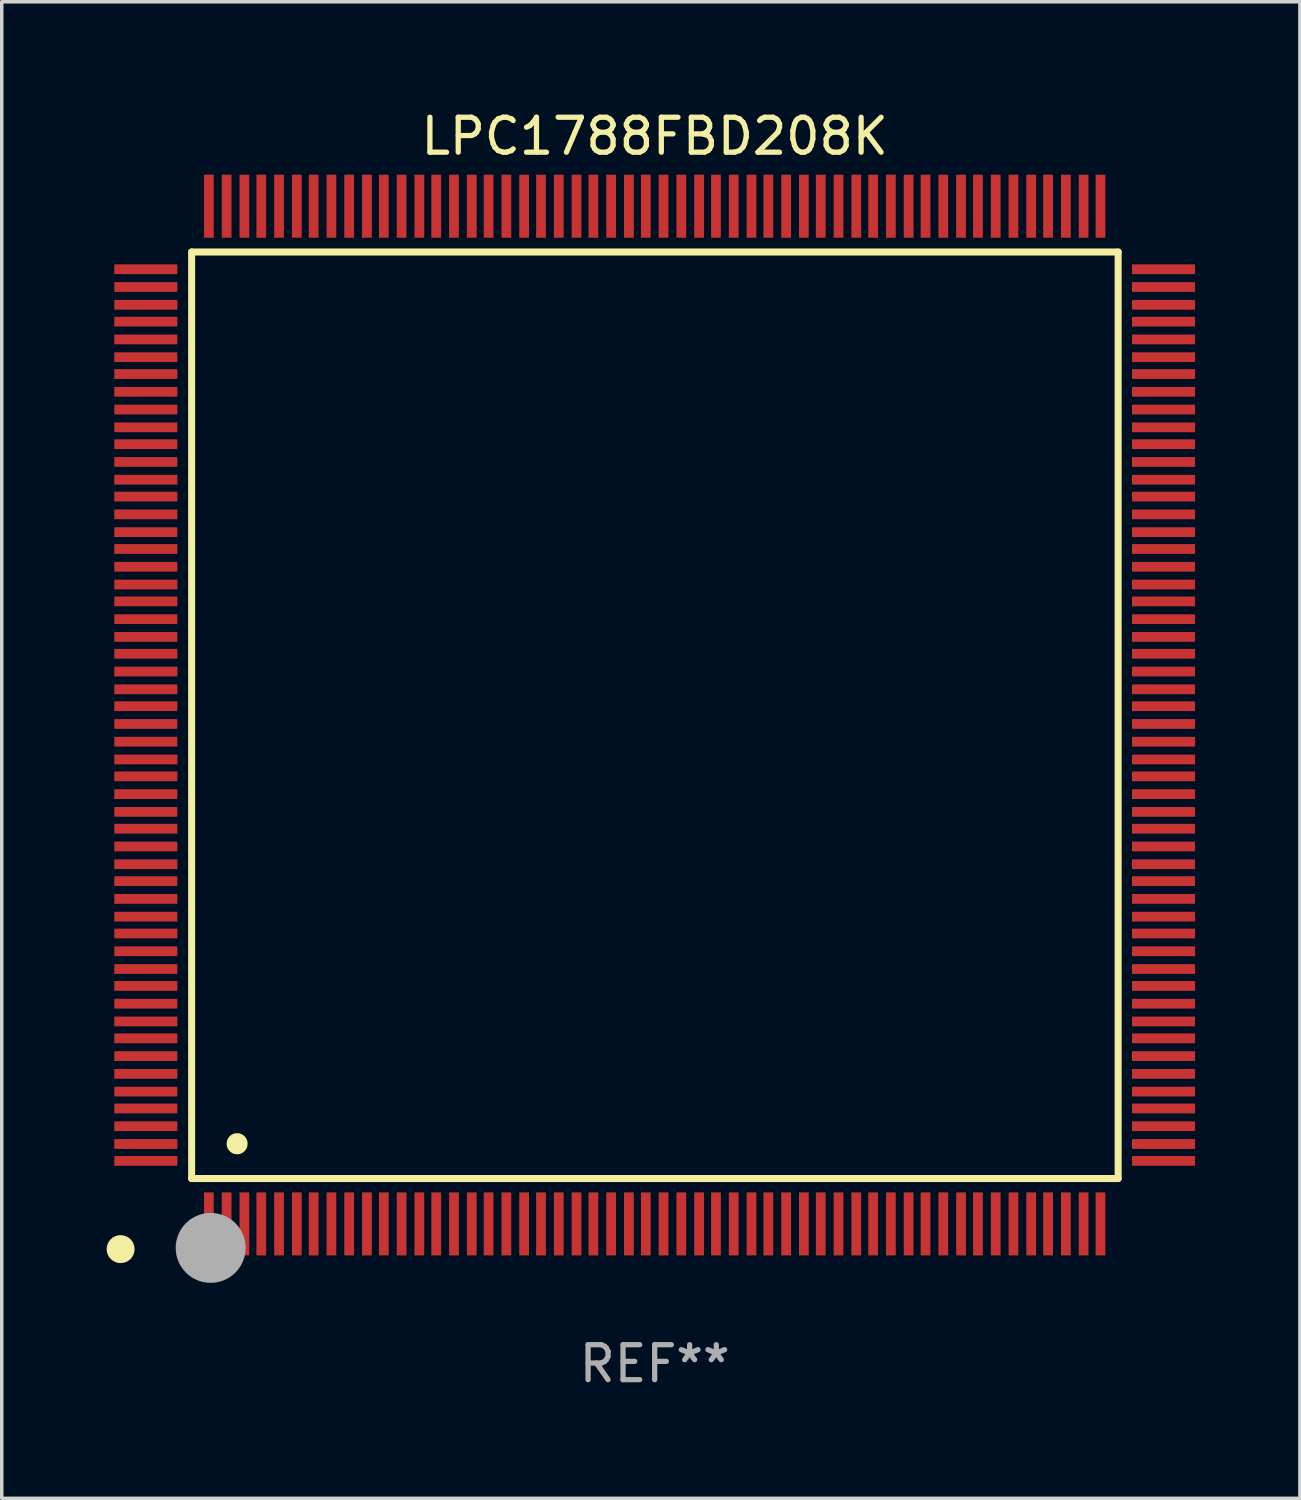
<source format=kicad_pcb>
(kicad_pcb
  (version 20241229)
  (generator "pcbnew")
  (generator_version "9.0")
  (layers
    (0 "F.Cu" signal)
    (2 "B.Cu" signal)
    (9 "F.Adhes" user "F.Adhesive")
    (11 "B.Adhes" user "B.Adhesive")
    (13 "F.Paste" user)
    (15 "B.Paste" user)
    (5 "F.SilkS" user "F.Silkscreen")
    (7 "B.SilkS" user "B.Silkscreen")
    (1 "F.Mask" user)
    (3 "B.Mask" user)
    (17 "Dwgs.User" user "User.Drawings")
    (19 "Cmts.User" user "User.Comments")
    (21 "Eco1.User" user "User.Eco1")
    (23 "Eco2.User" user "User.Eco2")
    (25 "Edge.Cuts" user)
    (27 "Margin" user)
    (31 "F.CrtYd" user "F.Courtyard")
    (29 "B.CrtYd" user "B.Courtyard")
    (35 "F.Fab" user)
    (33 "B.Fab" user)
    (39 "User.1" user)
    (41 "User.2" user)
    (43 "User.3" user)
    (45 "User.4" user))
  (footprint "LPC1788FBD208K"
    (layer "F.Cu")
    (at 15.675 17.402)
    (property "Reference" "LPC1788FBD208K" (at 0 -16.554 0) (layer "F.SilkS") (effects (font (size 1 1) (thickness 0.15))))
    (attr through_hole)
    (fp_line (start -13.244 -13.244) (end -13.244 13.256) (stroke (width 0.201) (type solid)) (layer "F.SilkS"))
    (fp_line (start -13.244 13.256) (end 13.256 13.256) (stroke (width 0.201) (type solid)) (layer "F.SilkS"))
    (fp_line (start 13.256 -13.244) (end -13.244 -13.244) (stroke (width 0.201) (type solid)) (layer "F.SilkS"))
    (fp_line (start 13.256 13.256) (end 13.256 -13.244) (stroke (width 0.201) (type solid)) (layer "F.SilkS"))
    (fp_arc (start -13.268987 14.90983) (mid -13.268992 14.90856) (end -13.268987 14.90729) (stroke (width 0.299721) (type solid)) (layer "F.SilkS"))
    (fp_arc (start -11.943104 12.263145) (mid -11.943115 12.260605) (end -11.943104 12.258065) (stroke (width 0.599441) (type solid)) (layer "F.SilkS"))
    (fp_circle (center -15.275 15.275) (end -15.075 15.275) (stroke (width 0.4) (type solid)) (fill no) (layer "F.SilkS"))
    (fp_circle (center -12.7 15.24) (end -12.2 15.24) (stroke (width 1) (type solid)) (fill no) (layer "F.Fab"))
    (fp_text user "REF**" (at 0 18.554 0) (layer "F.Fab") (effects (font (size 1 1) (thickness 0.15))))
    (pad "1" smd rect (at -12.751 14.554 180) (size 0.279 1.803) (layers "F.Cu" "F.Mask" "F.Paste"))
    (pad "2" smd rect (at -12.243 14.554 180) (size 0.279 1.803) (layers "F.Cu" "F.Mask" "F.Paste"))
    (pad "3" smd rect (at -11.735 14.554 180) (size 0.279 1.803) (layers "F.Cu" "F.Mask" "F.Paste"))
    (pad "4" smd rect (at -11.252 14.554 180) (size 0.279 1.803) (layers "F.Cu" "F.Mask" "F.Paste"))
    (pad "5" smd rect (at -10.744 14.554 180) (size 0.279 1.803) (layers "F.Cu" "F.Mask" "F.Paste"))
    (pad "6" smd rect (at -10.236 14.554 180) (size 0.279 1.803) (layers "F.Cu" "F.Mask" "F.Paste"))
    (pad "7" smd rect (at -9.754 14.554 180) (size 0.279 1.803) (layers "F.Cu" "F.Mask" "F.Paste"))
    (pad "8" smd rect (at -9.246 14.554 180) (size 0.279 1.803) (layers "F.Cu" "F.Mask" "F.Paste"))
    (pad "9" smd rect (at -8.738 14.554 180) (size 0.279 1.803) (layers "F.Cu" "F.Mask" "F.Paste"))
    (pad "10" smd rect (at -8.23 14.554 180) (size 0.279 1.803) (layers "F.Cu" "F.Mask" "F.Paste"))
    (pad "11" smd rect (at -7.747 14.554 180) (size 0.279 1.803) (layers "F.Cu" "F.Mask" "F.Paste"))
    (pad "12" smd rect (at -7.239 14.554 180) (size 0.279 1.803) (layers "F.Cu" "F.Mask" "F.Paste"))
    (pad "13" smd rect (at -6.731 14.554 180) (size 0.279 1.803) (layers "F.Cu" "F.Mask" "F.Paste"))
    (pad "14" smd rect (at -6.248 14.554 180) (size 0.279 1.803) (layers "F.Cu" "F.Mask" "F.Paste"))
    (pad "15" smd rect (at -5.74 14.554 180) (size 0.279 1.803) (layers "F.Cu" "F.Mask" "F.Paste"))
    (pad "16" smd rect (at -5.232 14.554 180) (size 0.279 1.803) (layers "F.Cu" "F.Mask" "F.Paste"))
    (pad "17" smd rect (at -4.75 14.554 180) (size 0.279 1.803) (layers "F.Cu" "F.Mask" "F.Paste"))
    (pad "18" smd rect (at -4.242 14.554 180) (size 0.279 1.803) (layers "F.Cu" "F.Mask" "F.Paste"))
    (pad "19" smd rect (at -3.734 14.554 180) (size 0.279 1.803) (layers "F.Cu" "F.Mask" "F.Paste"))
    (pad "20" smd rect (at -3.251 14.554 180) (size 0.279 1.803) (layers "F.Cu" "F.Mask" "F.Paste"))
    (pad "21" smd rect (at -2.743 14.554 180) (size 0.279 1.803) (layers "F.Cu" "F.Mask" "F.Paste"))
    (pad "22" smd rect (at -2.235 14.554 180) (size 0.279 1.803) (layers "F.Cu" "F.Mask" "F.Paste"))
    (pad "23" smd rect (at -1.753 14.554 180) (size 0.279 1.803) (layers "F.Cu" "F.Mask" "F.Paste"))
    (pad "24" smd rect (at -1.245 14.554 180) (size 0.279 1.803) (layers "F.Cu" "F.Mask" "F.Paste"))
    (pad "25" smd rect (at -0.737 14.554 180) (size 0.279 1.803) (layers "F.Cu" "F.Mask" "F.Paste"))
    (pad "26" smd rect (at -0.254 14.554 180) (size 0.279 1.803) (layers "F.Cu" "F.Mask" "F.Paste"))
    (pad "27" smd rect (at 0.254 14.554 180) (size 0.279 1.803) (layers "F.Cu" "F.Mask" "F.Paste"))
    (pad "28" smd rect (at 0.762 14.554 180) (size 0.279 1.803) (layers "F.Cu" "F.Mask" "F.Paste"))
    (pad "29" smd rect (at 1.27 14.554 180) (size 0.279 1.803) (layers "F.Cu" "F.Mask" "F.Paste"))
    (pad "30" smd rect (at 1.753 14.554 180) (size 0.279 1.803) (layers "F.Cu" "F.Mask" "F.Paste"))
    (pad "31" smd rect (at 2.261 14.554 180) (size 0.279 1.803) (layers "F.Cu" "F.Mask" "F.Paste"))
    (pad "32" smd rect (at 2.769 14.554 180) (size 0.279 1.803) (layers "F.Cu" "F.Mask" "F.Paste"))
    (pad "33" smd rect (at 3.251 14.554 180) (size 0.279 1.803) (layers "F.Cu" "F.Mask" "F.Paste"))
    (pad "34" smd rect (at 3.759 14.554 180) (size 0.279 1.803) (layers "F.Cu" "F.Mask" "F.Paste"))
    (pad "35" smd rect (at 4.267 14.554 180) (size 0.279 1.803) (layers "F.Cu" "F.Mask" "F.Paste"))
    (pad "36" smd rect (at 4.75 14.554 180) (size 0.279 1.803) (layers "F.Cu" "F.Mask" "F.Paste"))
    (pad "37" smd rect (at 5.258 14.554 180) (size 0.279 1.803) (layers "F.Cu" "F.Mask" "F.Paste"))
    (pad "38" smd rect (at 5.766 14.554 180) (size 0.279 1.803) (layers "F.Cu" "F.Mask" "F.Paste"))
    (pad "39" smd rect (at 6.248 14.554 180) (size 0.279 1.803) (layers "F.Cu" "F.Mask" "F.Paste"))
    (pad "40" smd rect (at 6.756 14.554 180) (size 0.279 1.803) (layers "F.Cu" "F.Mask" "F.Paste"))
    (pad "41" smd rect (at 7.264 14.554 180) (size 0.279 1.803) (layers "F.Cu" "F.Mask" "F.Paste"))
    (pad "42" smd rect (at 7.747 14.554 180) (size 0.279 1.803) (layers "F.Cu" "F.Mask" "F.Paste"))
    (pad "43" smd rect (at 8.255 14.554 180) (size 0.279 1.803) (layers "F.Cu" "F.Mask" "F.Paste"))
    (pad "44" smd rect (at 8.763 14.554 180) (size 0.279 1.803) (layers "F.Cu" "F.Mask" "F.Paste"))
    (pad "45" smd rect (at 9.246 14.554 180) (size 0.279 1.803) (layers "F.Cu" "F.Mask" "F.Paste"))
    (pad "46" smd rect (at 9.754 14.554 180) (size 0.279 1.803) (layers "F.Cu" "F.Mask" "F.Paste"))
    (pad "47" smd rect (at 10.262 14.554 180) (size 0.279 1.803) (layers "F.Cu" "F.Mask" "F.Paste"))
    (pad "48" smd rect (at 10.77 14.554 180) (size 0.279 1.803) (layers "F.Cu" "F.Mask" "F.Paste"))
    (pad "49" smd rect (at 11.252 14.554 180) (size 0.279 1.803) (layers "F.Cu" "F.Mask" "F.Paste"))
    (pad "50" smd rect (at 11.76 14.554 180) (size 0.279 1.803) (layers "F.Cu" "F.Mask" "F.Paste"))
    (pad "51" smd rect (at 12.268 14.554 180) (size 0.279 1.803) (layers "F.Cu" "F.Mask" "F.Paste"))
    (pad "52" smd rect (at 12.751 14.554 180) (size 0.279 1.803) (layers "F.Cu" "F.Mask" "F.Paste"))
    (pad "53" smd rect (at 14.554 12.751 90) (size 0.279 1.803) (layers "F.Cu" "F.Mask" "F.Paste"))
    (pad "54" smd rect (at 14.554 12.268 90) (size 0.279 1.803) (layers "F.Cu" "F.Mask" "F.Paste"))
    (pad "55" smd rect (at 14.554 11.76 90) (size 0.279 1.803) (layers "F.Cu" "F.Mask" "F.Paste"))
    (pad "56" smd rect (at 14.554 11.252 90) (size 0.279 1.803) (layers "F.Cu" "F.Mask" "F.Paste"))
    (pad "57" smd rect (at 14.554 10.77 90) (size 0.279 1.803) (layers "F.Cu" "F.Mask" "F.Paste"))
    (pad "58" smd rect (at 14.554 10.262 90) (size 0.279 1.803) (layers "F.Cu" "F.Mask" "F.Paste"))
    (pad "59" smd rect (at 14.554 9.754 90) (size 0.279 1.803) (layers "F.Cu" "F.Mask" "F.Paste"))
    (pad "60" smd rect (at 14.554 9.246 90) (size 0.279 1.803) (layers "F.Cu" "F.Mask" "F.Paste"))
    (pad "61" smd rect (at 14.554 8.763 90) (size 0.279 1.803) (layers "F.Cu" "F.Mask" "F.Paste"))
    (pad "62" smd rect (at 14.554 8.255 90) (size 0.279 1.803) (layers "F.Cu" "F.Mask" "F.Paste"))
    (pad "63" smd rect (at 14.554 7.747 90) (size 0.279 1.803) (layers "F.Cu" "F.Mask" "F.Paste"))
    (pad "64" smd rect (at 14.554 7.264 90) (size 0.279 1.803) (layers "F.Cu" "F.Mask" "F.Paste"))
    (pad "65" smd rect (at 14.554 6.756 90) (size 0.279 1.803) (layers "F.Cu" "F.Mask" "F.Paste"))
    (pad "66" smd rect (at 14.554 6.248 90) (size 0.279 1.803) (layers "F.Cu" "F.Mask" "F.Paste"))
    (pad "67" smd rect (at 14.554 5.766 90) (size 0.279 1.803) (layers "F.Cu" "F.Mask" "F.Paste"))
    (pad "68" smd rect (at 14.554 5.258 90) (size 0.279 1.803) (layers "F.Cu" "F.Mask" "F.Paste"))
    (pad "69" smd rect (at 14.554 4.75 90) (size 0.279 1.803) (layers "F.Cu" "F.Mask" "F.Paste"))
    (pad "70" smd rect (at 14.554 4.267 90) (size 0.279 1.803) (layers "F.Cu" "F.Mask" "F.Paste"))
    (pad "71" smd rect (at 14.554 3.759 90) (size 0.279 1.803) (layers "F.Cu" "F.Mask" "F.Paste"))
    (pad "72" smd rect (at 14.554 3.251 90) (size 0.279 1.803) (layers "F.Cu" "F.Mask" "F.Paste"))
    (pad "73" smd rect (at 14.554 2.769 90) (size 0.279 1.803) (layers "F.Cu" "F.Mask" "F.Paste"))
    (pad "74" smd rect (at 14.554 2.261 90) (size 0.279 1.803) (layers "F.Cu" "F.Mask" "F.Paste"))
    (pad "75" smd rect (at 14.554 1.753 90) (size 0.279 1.803) (layers "F.Cu" "F.Mask" "F.Paste"))
    (pad "76" smd rect (at 14.554 1.27 90) (size 0.279 1.803) (layers "F.Cu" "F.Mask" "F.Paste"))
    (pad "77" smd rect (at 14.554 0.762 90) (size 0.279 1.803) (layers "F.Cu" "F.Mask" "F.Paste"))
    (pad "78" smd rect (at 14.554 0.254 90) (size 0.279 1.803) (layers "F.Cu" "F.Mask" "F.Paste"))
    (pad "79" smd rect (at 14.554 -0.254 90) (size 0.279 1.803) (layers "F.Cu" "F.Mask" "F.Paste"))
    (pad "80" smd rect (at 14.554 -0.737 90) (size 0.279 1.803) (layers "F.Cu" "F.Mask" "F.Paste"))
    (pad "81" smd rect (at 14.554 -1.245 90) (size 0.279 1.803) (layers "F.Cu" "F.Mask" "F.Paste"))
    (pad "82" smd rect (at 14.554 -1.753 90) (size 0.279 1.803) (layers "F.Cu" "F.Mask" "F.Paste"))
    (pad "83" smd rect (at 14.554 -2.235 90) (size 0.279 1.803) (layers "F.Cu" "F.Mask" "F.Paste"))
    (pad "84" smd rect (at 14.554 -2.743 90) (size 0.279 1.803) (layers "F.Cu" "F.Mask" "F.Paste"))
    (pad "85" smd rect (at 14.554 -3.251 90) (size 0.279 1.803) (layers "F.Cu" "F.Mask" "F.Paste"))
    (pad "86" smd rect (at 14.554 -3.734 90) (size 0.279 1.803) (layers "F.Cu" "F.Mask" "F.Paste"))
    (pad "87" smd rect (at 14.554 -4.242 90) (size 0.279 1.803) (layers "F.Cu" "F.Mask" "F.Paste"))
    (pad "88" smd rect (at 14.554 -4.75 90) (size 0.279 1.803) (layers "F.Cu" "F.Mask" "F.Paste"))
    (pad "89" smd rect (at 14.554 -5.232 90) (size 0.279 1.803) (layers "F.Cu" "F.Mask" "F.Paste"))
    (pad "90" smd rect (at 14.554 -5.74 90) (size 0.279 1.803) (layers "F.Cu" "F.Mask" "F.Paste"))
    (pad "91" smd rect (at 14.554 -6.248 90) (size 0.279 1.803) (layers "F.Cu" "F.Mask" "F.Paste"))
    (pad "92" smd rect (at 14.554 -6.731 90) (size 0.279 1.803) (layers "F.Cu" "F.Mask" "F.Paste"))
    (pad "93" smd rect (at 14.554 -7.239 90) (size 0.279 1.803) (layers "F.Cu" "F.Mask" "F.Paste"))
    (pad "94" smd rect (at 14.554 -7.747 90) (size 0.279 1.803) (layers "F.Cu" "F.Mask" "F.Paste"))
    (pad "95" smd rect (at 14.554 -8.23 90) (size 0.279 1.803) (layers "F.Cu" "F.Mask" "F.Paste"))
    (pad "96" smd rect (at 14.554 -8.738 90) (size 0.279 1.803) (layers "F.Cu" "F.Mask" "F.Paste"))
    (pad "97" smd rect (at 14.554 -9.246 90) (size 0.279 1.803) (layers "F.Cu" "F.Mask" "F.Paste"))
    (pad "98" smd rect (at 14.554 -9.754 90) (size 0.279 1.803) (layers "F.Cu" "F.Mask" "F.Paste"))
    (pad "99" smd rect (at 14.554 -10.236 90) (size 0.279 1.803) (layers "F.Cu" "F.Mask" "F.Paste"))
    (pad "100" smd rect (at 14.554 -10.744 90) (size 0.279 1.803) (layers "F.Cu" "F.Mask" "F.Paste"))
    (pad "101" smd rect (at 14.554 -11.252 90) (size 0.279 1.803) (layers "F.Cu" "F.Mask" "F.Paste"))
    (pad "102" smd rect (at 14.554 -11.735 90) (size 0.279 1.803) (layers "F.Cu" "F.Mask" "F.Paste"))
    (pad "103" smd rect (at 14.554 -12.243 90) (size 0.279 1.803) (layers "F.Cu" "F.Mask" "F.Paste"))
    (pad "104" smd rect (at 14.554 -12.751 90) (size 0.279 1.803) (layers "F.Cu" "F.Mask" "F.Paste"))
    (pad "105" smd rect (at 12.751 -14.554 180) (size 0.279 1.803) (layers "F.Cu" "F.Mask" "F.Paste"))
    (pad "106" smd rect (at 12.268 -14.554 180) (size 0.279 1.803) (layers "F.Cu" "F.Mask" "F.Paste"))
    (pad "107" smd rect (at 11.76 -14.554 180) (size 0.279 1.803) (layers "F.Cu" "F.Mask" "F.Paste"))
    (pad "108" smd rect (at 11.252 -14.554 180) (size 0.279 1.803) (layers "F.Cu" "F.Mask" "F.Paste"))
    (pad "109" smd rect (at 10.77 -14.554 180) (size 0.279 1.803) (layers "F.Cu" "F.Mask" "F.Paste"))
    (pad "110" smd rect (at 10.262 -14.554 180) (size 0.279 1.803) (layers "F.Cu" "F.Mask" "F.Paste"))
    (pad "111" smd rect (at 9.754 -14.554 180) (size 0.279 1.803) (layers "F.Cu" "F.Mask" "F.Paste"))
    (pad "112" smd rect (at 9.246 -14.554 180) (size 0.279 1.803) (layers "F.Cu" "F.Mask" "F.Paste"))
    (pad "113" smd rect (at 8.763 -14.554 180) (size 0.279 1.803) (layers "F.Cu" "F.Mask" "F.Paste"))
    (pad "114" smd rect (at 8.255 -14.554 180) (size 0.279 1.803) (layers "F.Cu" "F.Mask" "F.Paste"))
    (pad "115" smd rect (at 7.747 -14.554 180) (size 0.279 1.803) (layers "F.Cu" "F.Mask" "F.Paste"))
    (pad "116" smd rect (at 7.264 -14.554 180) (size 0.279 1.803) (layers "F.Cu" "F.Mask" "F.Paste"))
    (pad "117" smd rect (at 6.756 -14.554 180) (size 0.279 1.803) (layers "F.Cu" "F.Mask" "F.Paste"))
    (pad "118" smd rect (at 6.248 -14.554 180) (size 0.279 1.803) (layers "F.Cu" "F.Mask" "F.Paste"))
    (pad "119" smd rect (at 5.766 -14.554 180) (size 0.279 1.803) (layers "F.Cu" "F.Mask" "F.Paste"))
    (pad "120" smd rect (at 5.258 -14.554 180) (size 0.279 1.803) (layers "F.Cu" "F.Mask" "F.Paste"))
    (pad "121" smd rect (at 4.75 -14.554 180) (size 0.279 1.803) (layers "F.Cu" "F.Mask" "F.Paste"))
    (pad "122" smd rect (at 4.267 -14.554 180) (size 0.279 1.803) (layers "F.Cu" "F.Mask" "F.Paste"))
    (pad "123" smd rect (at 3.759 -14.554 180) (size 0.279 1.803) (layers "F.Cu" "F.Mask" "F.Paste"))
    (pad "124" smd rect (at 3.251 -14.554 180) (size 0.279 1.803) (layers "F.Cu" "F.Mask" "F.Paste"))
    (pad "125" smd rect (at 2.769 -14.554 180) (size 0.279 1.803) (layers "F.Cu" "F.Mask" "F.Paste"))
    (pad "126" smd rect (at 2.261 -14.554 180) (size 0.279 1.803) (layers "F.Cu" "F.Mask" "F.Paste"))
    (pad "127" smd rect (at 1.753 -14.554 180) (size 0.279 1.803) (layers "F.Cu" "F.Mask" "F.Paste"))
    (pad "128" smd rect (at 1.27 -14.554 180) (size 0.279 1.803) (layers "F.Cu" "F.Mask" "F.Paste"))
    (pad "129" smd rect (at 0.762 -14.554 180) (size 0.279 1.803) (layers "F.Cu" "F.Mask" "F.Paste"))
    (pad "130" smd rect (at 0.254 -14.554 180) (size 0.279 1.803) (layers "F.Cu" "F.Mask" "F.Paste"))
    (pad "131" smd rect (at -0.254 -14.554 180) (size 0.279 1.803) (layers "F.Cu" "F.Mask" "F.Paste"))
    (pad "132" smd rect (at -0.737 -14.554 180) (size 0.279 1.803) (layers "F.Cu" "F.Mask" "F.Paste"))
    (pad "133" smd rect (at -1.245 -14.554 180) (size 0.279 1.803) (layers "F.Cu" "F.Mask" "F.Paste"))
    (pad "134" smd rect (at -1.753 -14.554 180) (size 0.279 1.803) (layers "F.Cu" "F.Mask" "F.Paste"))
    (pad "135" smd rect (at -2.235 -14.554 180) (size 0.279 1.803) (layers "F.Cu" "F.Mask" "F.Paste"))
    (pad "136" smd rect (at -2.743 -14.554 180) (size 0.279 1.803) (layers "F.Cu" "F.Mask" "F.Paste"))
    (pad "137" smd rect (at -3.251 -14.554 180) (size 0.279 1.803) (layers "F.Cu" "F.Mask" "F.Paste"))
    (pad "138" smd rect (at -3.734 -14.554 180) (size 0.279 1.803) (layers "F.Cu" "F.Mask" "F.Paste"))
    (pad "139" smd rect (at -4.242 -14.554 180) (size 0.279 1.803) (layers "F.Cu" "F.Mask" "F.Paste"))
    (pad "140" smd rect (at -4.75 -14.554 180) (size 0.279 1.803) (layers "F.Cu" "F.Mask" "F.Paste"))
    (pad "141" smd rect (at -5.232 -14.554 180) (size 0.279 1.803) (layers "F.Cu" "F.Mask" "F.Paste"))
    (pad "142" smd rect (at -5.74 -14.554 180) (size 0.279 1.803) (layers "F.Cu" "F.Mask" "F.Paste"))
    (pad "143" smd rect (at -6.248 -14.554 180) (size 0.279 1.803) (layers "F.Cu" "F.Mask" "F.Paste"))
    (pad "144" smd rect (at -6.731 -14.554 180) (size 0.279 1.803) (layers "F.Cu" "F.Mask" "F.Paste"))
    (pad "145" smd rect (at -7.239 -14.554 180) (size 0.279 1.803) (layers "F.Cu" "F.Mask" "F.Paste"))
    (pad "146" smd rect (at -7.747 -14.554 180) (size 0.279 1.803) (layers "F.Cu" "F.Mask" "F.Paste"))
    (pad "147" smd rect (at -8.23 -14.554 180) (size 0.279 1.803) (layers "F.Cu" "F.Mask" "F.Paste"))
    (pad "148" smd rect (at -8.738 -14.554 180) (size 0.279 1.803) (layers "F.Cu" "F.Mask" "F.Paste"))
    (pad "149" smd rect (at -9.246 -14.554 180) (size 0.279 1.803) (layers "F.Cu" "F.Mask" "F.Paste"))
    (pad "150" smd rect (at -9.754 -14.554 180) (size 0.279 1.803) (layers "F.Cu" "F.Mask" "F.Paste"))
    (pad "151" smd rect (at -10.236 -14.554 180) (size 0.279 1.803) (layers "F.Cu" "F.Mask" "F.Paste"))
    (pad "152" smd rect (at -10.744 -14.554 180) (size 0.279 1.803) (layers "F.Cu" "F.Mask" "F.Paste"))
    (pad "153" smd rect (at -11.252 -14.554 180) (size 0.279 1.803) (layers "F.Cu" "F.Mask" "F.Paste"))
    (pad "154" smd rect (at -11.735 -14.554 180) (size 0.279 1.803) (layers "F.Cu" "F.Mask" "F.Paste"))
    (pad "155" smd rect (at -12.243 -14.554 180) (size 0.279 1.803) (layers "F.Cu" "F.Mask" "F.Paste"))
    (pad "156" smd rect (at -12.751 -14.554 180) (size 0.279 1.803) (layers "F.Cu" "F.Mask" "F.Paste"))
    (pad "157" smd rect (at -14.554 -12.751 90) (size 0.279 1.803) (layers "F.Cu" "F.Mask" "F.Paste"))
    (pad "158" smd rect (at -14.554 -12.243 90) (size 0.279 1.803) (layers "F.Cu" "F.Mask" "F.Paste"))
    (pad "159" smd rect (at -14.554 -11.735 90) (size 0.279 1.803) (layers "F.Cu" "F.Mask" "F.Paste"))
    (pad "160" smd rect (at -14.554 -11.252 90) (size 0.279 1.803) (layers "F.Cu" "F.Mask" "F.Paste"))
    (pad "161" smd rect (at -14.554 -10.744 90) (size 0.279 1.803) (layers "F.Cu" "F.Mask" "F.Paste"))
    (pad "162" smd rect (at -14.554 -10.236 90) (size 0.279 1.803) (layers "F.Cu" "F.Mask" "F.Paste"))
    (pad "163" smd rect (at -14.554 -9.754 90) (size 0.279 1.803) (layers "F.Cu" "F.Mask" "F.Paste"))
    (pad "164" smd rect (at -14.554 -9.246 90) (size 0.279 1.803) (layers "F.Cu" "F.Mask" "F.Paste"))
    (pad "165" smd rect (at -14.554 -8.738 90) (size 0.279 1.803) (layers "F.Cu" "F.Mask" "F.Paste"))
    (pad "166" smd rect (at -14.554 -8.23 90) (size 0.279 1.803) (layers "F.Cu" "F.Mask" "F.Paste"))
    (pad "167" smd rect (at -14.554 -7.747 90) (size 0.279 1.803) (layers "F.Cu" "F.Mask" "F.Paste"))
    (pad "168" smd rect (at -14.554 -7.239 90) (size 0.279 1.803) (layers "F.Cu" "F.Mask" "F.Paste"))
    (pad "169" smd rect (at -14.554 -6.731 90) (size 0.279 1.803) (layers "F.Cu" "F.Mask" "F.Paste"))
    (pad "170" smd rect (at -14.554 -6.248 90) (size 0.279 1.803) (layers "F.Cu" "F.Mask" "F.Paste"))
    (pad "171" smd rect (at -14.554 -5.74 90) (size 0.279 1.803) (layers "F.Cu" "F.Mask" "F.Paste"))
    (pad "172" smd rect (at -14.554 -5.232 90) (size 0.279 1.803) (layers "F.Cu" "F.Mask" "F.Paste"))
    (pad "173" smd rect (at -14.554 -4.75 90) (size 0.279 1.803) (layers "F.Cu" "F.Mask" "F.Paste"))
    (pad "174" smd rect (at -14.554 -4.242 90) (size 0.279 1.803) (layers "F.Cu" "F.Mask" "F.Paste"))
    (pad "175" smd rect (at -14.554 -3.734 90) (size 0.279 1.803) (layers "F.Cu" "F.Mask" "F.Paste"))
    (pad "176" smd rect (at -14.554 -3.251 90) (size 0.279 1.803) (layers "F.Cu" "F.Mask" "F.Paste"))
    (pad "177" smd rect (at -14.554 -2.743 90) (size 0.279 1.803) (layers "F.Cu" "F.Mask" "F.Paste"))
    (pad "178" smd rect (at -14.554 -2.235 90) (size 0.279 1.803) (layers "F.Cu" "F.Mask" "F.Paste"))
    (pad "179" smd rect (at -14.554 -1.753 90) (size 0.279 1.803) (layers "F.Cu" "F.Mask" "F.Paste"))
    (pad "180" smd rect (at -14.554 -1.245 90) (size 0.279 1.803) (layers "F.Cu" "F.Mask" "F.Paste"))
    (pad "181" smd rect (at -14.554 -0.737 90) (size 0.279 1.803) (layers "F.Cu" "F.Mask" "F.Paste"))
    (pad "182" smd rect (at -14.554 -0.254 90) (size 0.279 1.803) (layers "F.Cu" "F.Mask" "F.Paste"))
    (pad "183" smd rect (at -14.554 0.254 90) (size 0.279 1.803) (layers "F.Cu" "F.Mask" "F.Paste"))
    (pad "184" smd rect (at -14.554 0.762 90) (size 0.279 1.803) (layers "F.Cu" "F.Mask" "F.Paste"))
    (pad "185" smd rect (at -14.554 1.27 90) (size 0.279 1.803) (layers "F.Cu" "F.Mask" "F.Paste"))
    (pad "186" smd rect (at -14.554 1.753 90) (size 0.279 1.803) (layers "F.Cu" "F.Mask" "F.Paste"))
    (pad "187" smd rect (at -14.554 2.261 90) (size 0.279 1.803) (layers "F.Cu" "F.Mask" "F.Paste"))
    (pad "188" smd rect (at -14.554 2.769 90) (size 0.279 1.803) (layers "F.Cu" "F.Mask" "F.Paste"))
    (pad "189" smd rect (at -14.554 3.251 90) (size 0.279 1.803) (layers "F.Cu" "F.Mask" "F.Paste"))
    (pad "190" smd rect (at -14.554 3.759 90) (size 0.279 1.803) (layers "F.Cu" "F.Mask" "F.Paste"))
    (pad "191" smd rect (at -14.554 4.267 90) (size 0.279 1.803) (layers "F.Cu" "F.Mask" "F.Paste"))
    (pad "192" smd rect (at -14.554 4.75 90) (size 0.279 1.803) (layers "F.Cu" "F.Mask" "F.Paste"))
    (pad "193" smd rect (at -14.554 5.258 90) (size 0.279 1.803) (layers "F.Cu" "F.Mask" "F.Paste"))
    (pad "194" smd rect (at -14.554 5.766 90) (size 0.279 1.803) (layers "F.Cu" "F.Mask" "F.Paste"))
    (pad "195" smd rect (at -14.554 6.248 90) (size 0.279 1.803) (layers "F.Cu" "F.Mask" "F.Paste"))
    (pad "196" smd rect (at -14.554 6.756 90) (size 0.279 1.803) (layers "F.Cu" "F.Mask" "F.Paste"))
    (pad "197" smd rect (at -14.554 7.264 90) (size 0.279 1.803) (layers "F.Cu" "F.Mask" "F.Paste"))
    (pad "198" smd rect (at -14.554 7.747 90) (size 0.279 1.803) (layers "F.Cu" "F.Mask" "F.Paste"))
    (pad "199" smd rect (at -14.554 8.255 90) (size 0.279 1.803) (layers "F.Cu" "F.Mask" "F.Paste"))
    (pad "200" smd rect (at -14.554 8.763 90) (size 0.279 1.803) (layers "F.Cu" "F.Mask" "F.Paste"))
    (pad "201" smd rect (at -14.554 9.246 90) (size 0.279 1.803) (layers "F.Cu" "F.Mask" "F.Paste"))
    (pad "202" smd rect (at -14.554 9.754 90) (size 0.279 1.803) (layers "F.Cu" "F.Mask" "F.Paste"))
    (pad "203" smd rect (at -14.554 10.262 90) (size 0.279 1.803) (layers "F.Cu" "F.Mask" "F.Paste"))
    (pad "204" smd rect (at -14.554 10.77 90) (size 0.279 1.803) (layers "F.Cu" "F.Mask" "F.Paste"))
    (pad "205" smd rect (at -14.554 11.252 90) (size 0.279 1.803) (layers "F.Cu" "F.Mask" "F.Paste"))
    (pad "206" smd rect (at -14.554 11.76 90) (size 0.279 1.803) (layers "F.Cu" "F.Mask" "F.Paste"))
    (pad "207" smd rect (at -14.554 12.268 90) (size 0.279 1.803) (layers "F.Cu" "F.Mask" "F.Paste"))
    (pad "208" smd rect (at -14.554 12.751 90) (size 0.279 1.803) (layers "F.Cu" "F.Mask" "F.Paste")))
  (gr_rect
    (start -3 -3)
    (end 34.131 39.805)
    (stroke (width 0.1) (type default))
    (fill no)
    (layer "Edge.Cuts")))
</source>
